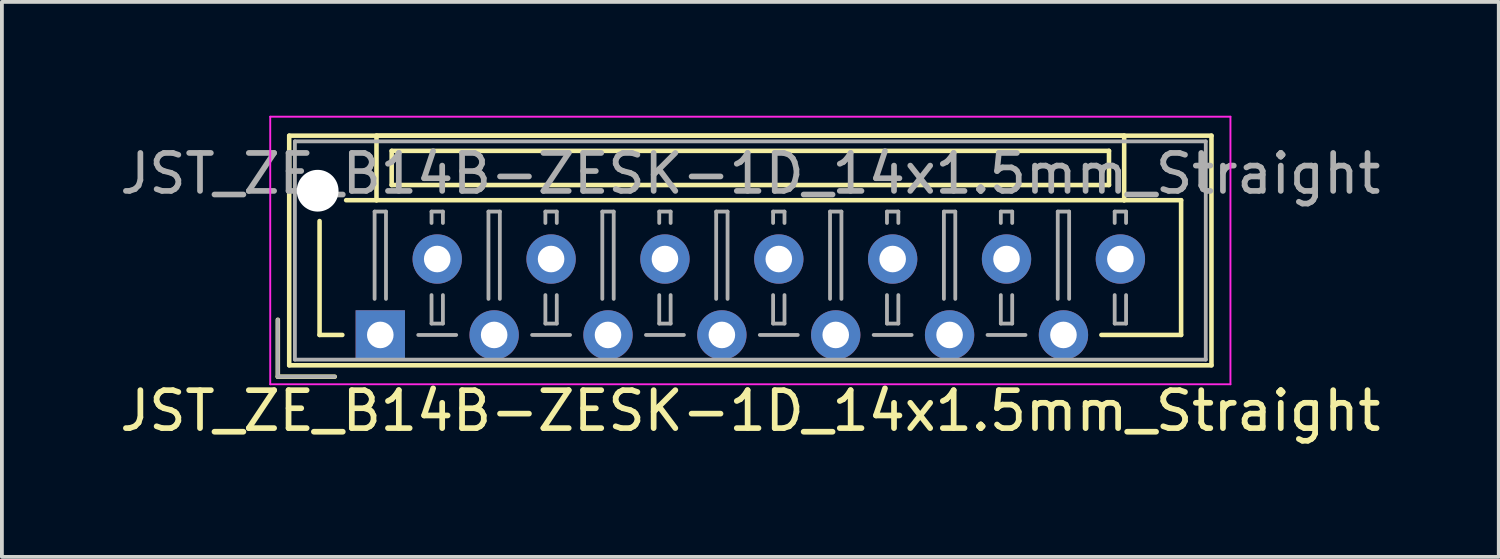
<source format=kicad_pcb>
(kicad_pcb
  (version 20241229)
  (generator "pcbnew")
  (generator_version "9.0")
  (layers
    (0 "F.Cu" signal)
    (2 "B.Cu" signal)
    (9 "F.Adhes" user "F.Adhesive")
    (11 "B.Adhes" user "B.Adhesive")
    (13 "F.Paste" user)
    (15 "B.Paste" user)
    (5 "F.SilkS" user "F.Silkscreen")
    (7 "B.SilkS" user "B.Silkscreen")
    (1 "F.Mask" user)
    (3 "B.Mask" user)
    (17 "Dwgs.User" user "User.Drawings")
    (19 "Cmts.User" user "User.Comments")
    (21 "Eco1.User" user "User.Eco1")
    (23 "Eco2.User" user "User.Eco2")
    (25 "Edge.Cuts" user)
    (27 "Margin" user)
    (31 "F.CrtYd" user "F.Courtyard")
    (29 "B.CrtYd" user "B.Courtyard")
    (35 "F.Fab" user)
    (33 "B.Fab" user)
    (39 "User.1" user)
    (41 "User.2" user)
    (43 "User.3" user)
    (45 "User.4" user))
  (footprint "JST_ZE_B14B-ZESK-1D_14x1.5mm_Straight"
    (layer "F.Cu")
    (at 6.97 5.775)
    (property "Reference" "JST_ZE_B14B-ZESK-1D_14x1.5mm_Straight" (at 9.75 2 0) (layer "F.SilkS") (effects (font (size 1 1) (thickness 0.15))))
    (attr through_hole)
    (fp_line (start -2.7 -0.4) (end -2.7 1.1) (stroke (width 0.12) (type solid)) (layer "F.SilkS"))
    (fp_line (start -2.7 1.1) (end -1.2 1.1) (stroke (width 0.12) (type solid)) (layer "F.SilkS"))
    (fp_line (start -2.4 -5.25) (end -2.4 0.8) (stroke (width 0.12) (type solid)) (layer "F.SilkS"))
    (fp_line (start -2.4 0.8) (end 21.9 0.8) (stroke (width 0.12) (type solid)) (layer "F.SilkS"))
    (fp_line (start -1.6 -3) (end -1.6 0) (stroke (width 0.12) (type solid)) (layer "F.SilkS"))
    (fp_line (start -1.6 0) (end -1 0) (stroke (width 0.12) (type solid)) (layer "F.SilkS"))
    (fp_line (start -0.1 -5.25) (end -0.1 -3.55) (stroke (width 0.12) (type solid)) (layer "F.SilkS"))
    (fp_line (start -0.1 -3.55) (end -0.9 -3.55) (stroke (width 0.12) (type solid)) (layer "F.SilkS"))
    (fp_line (start -0.1 -3.55) (end 19.6 -3.55) (stroke (width 0.12) (type solid)) (layer "F.SilkS"))
    (fp_line (start 0.3 -4.85) (end 0.3 -3.95) (stroke (width 0.12) (type solid)) (layer "F.SilkS"))
    (fp_line (start 0.3 -3.95) (end 19.2 -3.95) (stroke (width 0.12) (type solid)) (layer "F.SilkS"))
    (fp_line (start 19.2 -4.85) (end 0.3 -4.85) (stroke (width 0.12) (type solid)) (layer "F.SilkS"))
    (fp_line (start 19.2 -3.95) (end 19.2 -4.85) (stroke (width 0.12) (type solid)) (layer "F.SilkS"))
    (fp_line (start 19.6 -5.25) (end -0.1 -5.25) (stroke (width 0.12) (type solid)) (layer "F.SilkS"))
    (fp_line (start 19.6 -3.55) (end 19.6 -5.25) (stroke (width 0.12) (type solid)) (layer "F.SilkS"))
    (fp_line (start 19.6 -3.55) (end 21.1 -3.55) (stroke (width 0.12) (type solid)) (layer "F.SilkS"))
    (fp_line (start 21.1 -3.55) (end 21.1 0) (stroke (width 0.12) (type solid)) (layer "F.SilkS"))
    (fp_line (start 21.1 0) (end 19 0) (stroke (width 0.12) (type solid)) (layer "F.SilkS"))
    (fp_line (start 21.9 -5.25) (end -2.4 -5.25) (stroke (width 0.12) (type solid)) (layer "F.SilkS"))
    (fp_line (start 21.9 0.8) (end 21.9 -5.25) (stroke (width 0.12) (type solid)) (layer "F.SilkS"))
    (fp_line (start -2.9 -5.75) (end -2.9 1.3) (stroke (width 0.05) (type solid)) (layer "F.CrtYd"))
    (fp_line (start -2.9 1.3) (end 22.4 1.3) (stroke (width 0.05) (type solid)) (layer "F.CrtYd"))
    (fp_line (start 22.4 -5.75) (end -2.9 -5.75) (stroke (width 0.05) (type solid)) (layer "F.CrtYd"))
    (fp_line (start 22.4 1.3) (end 22.4 -5.75) (stroke (width 0.05) (type solid)) (layer "F.CrtYd"))
    (fp_line (start -2.7 -0.4) (end -2.7 1.1) (stroke (width 0.1) (type solid)) (layer "F.Fab"))
    (fp_line (start -2.7 1.1) (end -1.2 1.1) (stroke (width 0.1) (type solid)) (layer "F.Fab"))
    (fp_line (start -2.25 -5.1) (end -2.25 0.65) (stroke (width 0.1) (type solid)) (layer "F.Fab"))
    (fp_line (start -2.25 0.65) (end 21.75 0.65) (stroke (width 0.1) (type solid)) (layer "F.Fab"))
    (fp_line (start -0.15 -3.25) (end 0.15 -3.25) (stroke (width 0.1) (type solid)) (layer "F.Fab"))
    (fp_line (start -0.15 -0.95) (end -0.15 -3.25) (stroke (width 0.1) (type solid)) (layer "F.Fab"))
    (fp_line (start 0.15 -3.25) (end 0.15 -0.95) (stroke (width 0.1) (type solid)) (layer "F.Fab"))
    (fp_line (start 1 0) (end 2 0) (stroke (width 0.1) (type solid)) (layer "F.Fab"))
    (fp_line (start 1.35 -3.25) (end 1.65 -3.25) (stroke (width 0.1) (type solid)) (layer "F.Fab"))
    (fp_line (start 1.35 -2.95) (end 1.35 -3.25) (stroke (width 0.1) (type solid)) (layer "F.Fab"))
    (fp_line (start 1.35 -1.05) (end 1.35 -0.3) (stroke (width 0.1) (type solid)) (layer "F.Fab"))
    (fp_line (start 1.35 -0.3) (end 1.65 -0.3) (stroke (width 0.1) (type solid)) (layer "F.Fab"))
    (fp_line (start 1.65 -3.25) (end 1.65 -2.95) (stroke (width 0.1) (type solid)) (layer "F.Fab"))
    (fp_line (start 1.65 -0.3) (end 1.65 -1.05) (stroke (width 0.1) (type solid)) (layer "F.Fab"))
    (fp_line (start 2.85 -3.25) (end 3.15 -3.25) (stroke (width 0.1) (type solid)) (layer "F.Fab"))
    (fp_line (start 2.85 -0.95) (end 2.85 -3.25) (stroke (width 0.1) (type solid)) (layer "F.Fab"))
    (fp_line (start 3.15 -3.25) (end 3.15 -0.95) (stroke (width 0.1) (type solid)) (layer "F.Fab"))
    (fp_line (start 4 0) (end 5 0) (stroke (width 0.1) (type solid)) (layer "F.Fab"))
    (fp_line (start 4.35 -3.25) (end 4.65 -3.25) (stroke (width 0.1) (type solid)) (layer "F.Fab"))
    (fp_line (start 4.35 -2.95) (end 4.35 -3.25) (stroke (width 0.1) (type solid)) (layer "F.Fab"))
    (fp_line (start 4.35 -1.05) (end 4.35 -0.3) (stroke (width 0.1) (type solid)) (layer "F.Fab"))
    (fp_line (start 4.35 -0.3) (end 4.65 -0.3) (stroke (width 0.1) (type solid)) (layer "F.Fab"))
    (fp_line (start 4.65 -3.25) (end 4.65 -2.95) (stroke (width 0.1) (type solid)) (layer "F.Fab"))
    (fp_line (start 4.65 -0.3) (end 4.65 -1.05) (stroke (width 0.1) (type solid)) (layer "F.Fab"))
    (fp_line (start 5.85 -3.25) (end 6.15 -3.25) (stroke (width 0.1) (type solid)) (layer "F.Fab"))
    (fp_line (start 5.85 -0.95) (end 5.85 -3.25) (stroke (width 0.1) (type solid)) (layer "F.Fab"))
    (fp_line (start 6.15 -3.25) (end 6.15 -0.95) (stroke (width 0.1) (type solid)) (layer "F.Fab"))
    (fp_line (start 7 0) (end 8 0) (stroke (width 0.1) (type solid)) (layer "F.Fab"))
    (fp_line (start 7.35 -3.25) (end 7.65 -3.25) (stroke (width 0.1) (type solid)) (layer "F.Fab"))
    (fp_line (start 7.35 -2.95) (end 7.35 -3.25) (stroke (width 0.1) (type solid)) (layer "F.Fab"))
    (fp_line (start 7.35 -1.05) (end 7.35 -0.3) (stroke (width 0.1) (type solid)) (layer "F.Fab"))
    (fp_line (start 7.35 -0.3) (end 7.65 -0.3) (stroke (width 0.1) (type solid)) (layer "F.Fab"))
    (fp_line (start 7.65 -3.25) (end 7.65 -2.95) (stroke (width 0.1) (type solid)) (layer "F.Fab"))
    (fp_line (start 7.65 -0.3) (end 7.65 -1.05) (stroke (width 0.1) (type solid)) (layer "F.Fab"))
    (fp_line (start 8.85 -3.25) (end 9.15 -3.25) (stroke (width 0.1) (type solid)) (layer "F.Fab"))
    (fp_line (start 8.85 -0.95) (end 8.85 -3.25) (stroke (width 0.1) (type solid)) (layer "F.Fab"))
    (fp_line (start 9.15 -3.25) (end 9.15 -0.95) (stroke (width 0.1) (type solid)) (layer "F.Fab"))
    (fp_line (start 10 0) (end 11 0) (stroke (width 0.1) (type solid)) (layer "F.Fab"))
    (fp_line (start 10.35 -3.25) (end 10.65 -3.25) (stroke (width 0.1) (type solid)) (layer "F.Fab"))
    (fp_line (start 10.35 -2.95) (end 10.35 -3.25) (stroke (width 0.1) (type solid)) (layer "F.Fab"))
    (fp_line (start 10.35 -1.05) (end 10.35 -0.3) (stroke (width 0.1) (type solid)) (layer "F.Fab"))
    (fp_line (start 10.35 -0.3) (end 10.65 -0.3) (stroke (width 0.1) (type solid)) (layer "F.Fab"))
    (fp_line (start 10.65 -3.25) (end 10.65 -2.95) (stroke (width 0.1) (type solid)) (layer "F.Fab"))
    (fp_line (start 10.65 -0.3) (end 10.65 -1.05) (stroke (width 0.1) (type solid)) (layer "F.Fab"))
    (fp_line (start 11.85 -3.25) (end 12.15 -3.25) (stroke (width 0.1) (type solid)) (layer "F.Fab"))
    (fp_line (start 11.85 -0.95) (end 11.85 -3.25) (stroke (width 0.1) (type solid)) (layer "F.Fab"))
    (fp_line (start 12.15 -3.25) (end 12.15 -0.95) (stroke (width 0.1) (type solid)) (layer "F.Fab"))
    (fp_line (start 13 0) (end 14 0) (stroke (width 0.1) (type solid)) (layer "F.Fab"))
    (fp_line (start 13.35 -3.25) (end 13.65 -3.25) (stroke (width 0.1) (type solid)) (layer "F.Fab"))
    (fp_line (start 13.35 -2.95) (end 13.35 -3.25) (stroke (width 0.1) (type solid)) (layer "F.Fab"))
    (fp_line (start 13.35 -1.05) (end 13.35 -0.3) (stroke (width 0.1) (type solid)) (layer "F.Fab"))
    (fp_line (start 13.35 -0.3) (end 13.65 -0.3) (stroke (width 0.1) (type solid)) (layer "F.Fab"))
    (fp_line (start 13.65 -3.25) (end 13.65 -2.95) (stroke (width 0.1) (type solid)) (layer "F.Fab"))
    (fp_line (start 13.65 -0.3) (end 13.65 -1.05) (stroke (width 0.1) (type solid)) (layer "F.Fab"))
    (fp_line (start 14.85 -3.25) (end 15.15 -3.25) (stroke (width 0.1) (type solid)) (layer "F.Fab"))
    (fp_line (start 14.85 -0.95) (end 14.85 -3.25) (stroke (width 0.1) (type solid)) (layer "F.Fab"))
    (fp_line (start 15.15 -3.25) (end 15.15 -0.95) (stroke (width 0.1) (type solid)) (layer "F.Fab"))
    (fp_line (start 16 0) (end 17 0) (stroke (width 0.1) (type solid)) (layer "F.Fab"))
    (fp_line (start 16.35 -3.25) (end 16.65 -3.25) (stroke (width 0.1) (type solid)) (layer "F.Fab"))
    (fp_line (start 16.35 -2.95) (end 16.35 -3.25) (stroke (width 0.1) (type solid)) (layer "F.Fab"))
    (fp_line (start 16.35 -1.05) (end 16.35 -0.3) (stroke (width 0.1) (type solid)) (layer "F.Fab"))
    (fp_line (start 16.35 -0.3) (end 16.65 -0.3) (stroke (width 0.1) (type solid)) (layer "F.Fab"))
    (fp_line (start 16.65 -3.25) (end 16.65 -2.95) (stroke (width 0.1) (type solid)) (layer "F.Fab"))
    (fp_line (start 16.65 -0.3) (end 16.65 -1.05) (stroke (width 0.1) (type solid)) (layer "F.Fab"))
    (fp_line (start 17.85 -3.25) (end 18.15 -3.25) (stroke (width 0.1) (type solid)) (layer "F.Fab"))
    (fp_line (start 17.85 -0.95) (end 17.85 -3.25) (stroke (width 0.1) (type solid)) (layer "F.Fab"))
    (fp_line (start 18.15 -3.25) (end 18.15 -0.95) (stroke (width 0.1) (type solid)) (layer "F.Fab"))
    (fp_line (start 19.35 -3.25) (end 19.65 -3.25) (stroke (width 0.1) (type solid)) (layer "F.Fab"))
    (fp_line (start 19.35 -2.95) (end 19.35 -3.25) (stroke (width 0.1) (type solid)) (layer "F.Fab"))
    (fp_line (start 19.35 -1.05) (end 19.35 -0.3) (stroke (width 0.1) (type solid)) (layer "F.Fab"))
    (fp_line (start 19.35 -0.3) (end 19.65 -0.3) (stroke (width 0.1) (type solid)) (layer "F.Fab"))
    (fp_line (start 19.65 -3.25) (end 19.65 -2.95) (stroke (width 0.1) (type solid)) (layer "F.Fab"))
    (fp_line (start 19.65 -0.3) (end 19.65 -1.05) (stroke (width 0.1) (type solid)) (layer "F.Fab"))
    (fp_line (start 21.75 -5.1) (end -2.25 -5.1) (stroke (width 0.1) (type solid)) (layer "F.Fab"))
    (fp_line (start 21.75 0.65) (end 21.75 -5.1) (stroke (width 0.1) (type solid)) (layer "F.Fab"))
    (fp_text user "${REFERENCE}" (at 9.75 -4.25 0) (layer "F.Fab") (effects (font (size 1 1) (thickness 0.15))))
    (pad "" np_thru_hole circle (at -1.65 -3.8) (size 1.1 1.1) (drill 1.1) (layers "*.Cu"))
    (pad "1" thru_hole rect (at 0 0) (size 1.3 1.3) (drill 0.7) (layers "*.Cu" "*.Mask"))
    (pad "2" thru_hole circle (at 1.5 -2) (size 1.3 1.3) (drill 0.7) (layers "*.Cu" "*.Mask"))
    (pad "3" thru_hole circle (at 3 0) (size 1.3 1.3) (drill 0.7) (layers "*.Cu" "*.Mask"))
    (pad "4" thru_hole circle (at 4.5 -2) (size 1.3 1.3) (drill 0.7) (layers "*.Cu" "*.Mask"))
    (pad "5" thru_hole circle (at 6 0) (size 1.3 1.3) (drill 0.7) (layers "*.Cu" "*.Mask"))
    (pad "6" thru_hole circle (at 7.5 -2) (size 1.3 1.3) (drill 0.7) (layers "*.Cu" "*.Mask"))
    (pad "7" thru_hole circle (at 9 0) (size 1.3 1.3) (drill 0.7) (layers "*.Cu" "*.Mask"))
    (pad "8" thru_hole circle (at 10.5 -2) (size 1.3 1.3) (drill 0.7) (layers "*.Cu" "*.Mask"))
    (pad "9" thru_hole circle (at 12 0) (size 1.3 1.3) (drill 0.7) (layers "*.Cu" "*.Mask"))
    (pad "10" thru_hole circle (at 13.5 -2) (size 1.3 1.3) (drill 0.7) (layers "*.Cu" "*.Mask"))
    (pad "11" thru_hole circle (at 15 0) (size 1.3 1.3) (drill 0.7) (layers "*.Cu" "*.Mask"))
    (pad "12" thru_hole circle (at 16.5 -2) (size 1.3 1.3) (drill 0.7) (layers "*.Cu" "*.Mask"))
    (pad "13" thru_hole circle (at 18 0) (size 1.3 1.3) (drill 0.7) (layers "*.Cu" "*.Mask"))
    (pad "14" thru_hole circle (at 19.5 -2) (size 1.3 1.3) (drill 0.7) (layers "*.Cu" "*.Mask")))
  (gr_rect
    (start -3 -3)
    (end 36.44 11.623)
    (stroke (width 0.1) (type default))
    (fill no)
    (layer "Edge.Cuts")))
</source>
